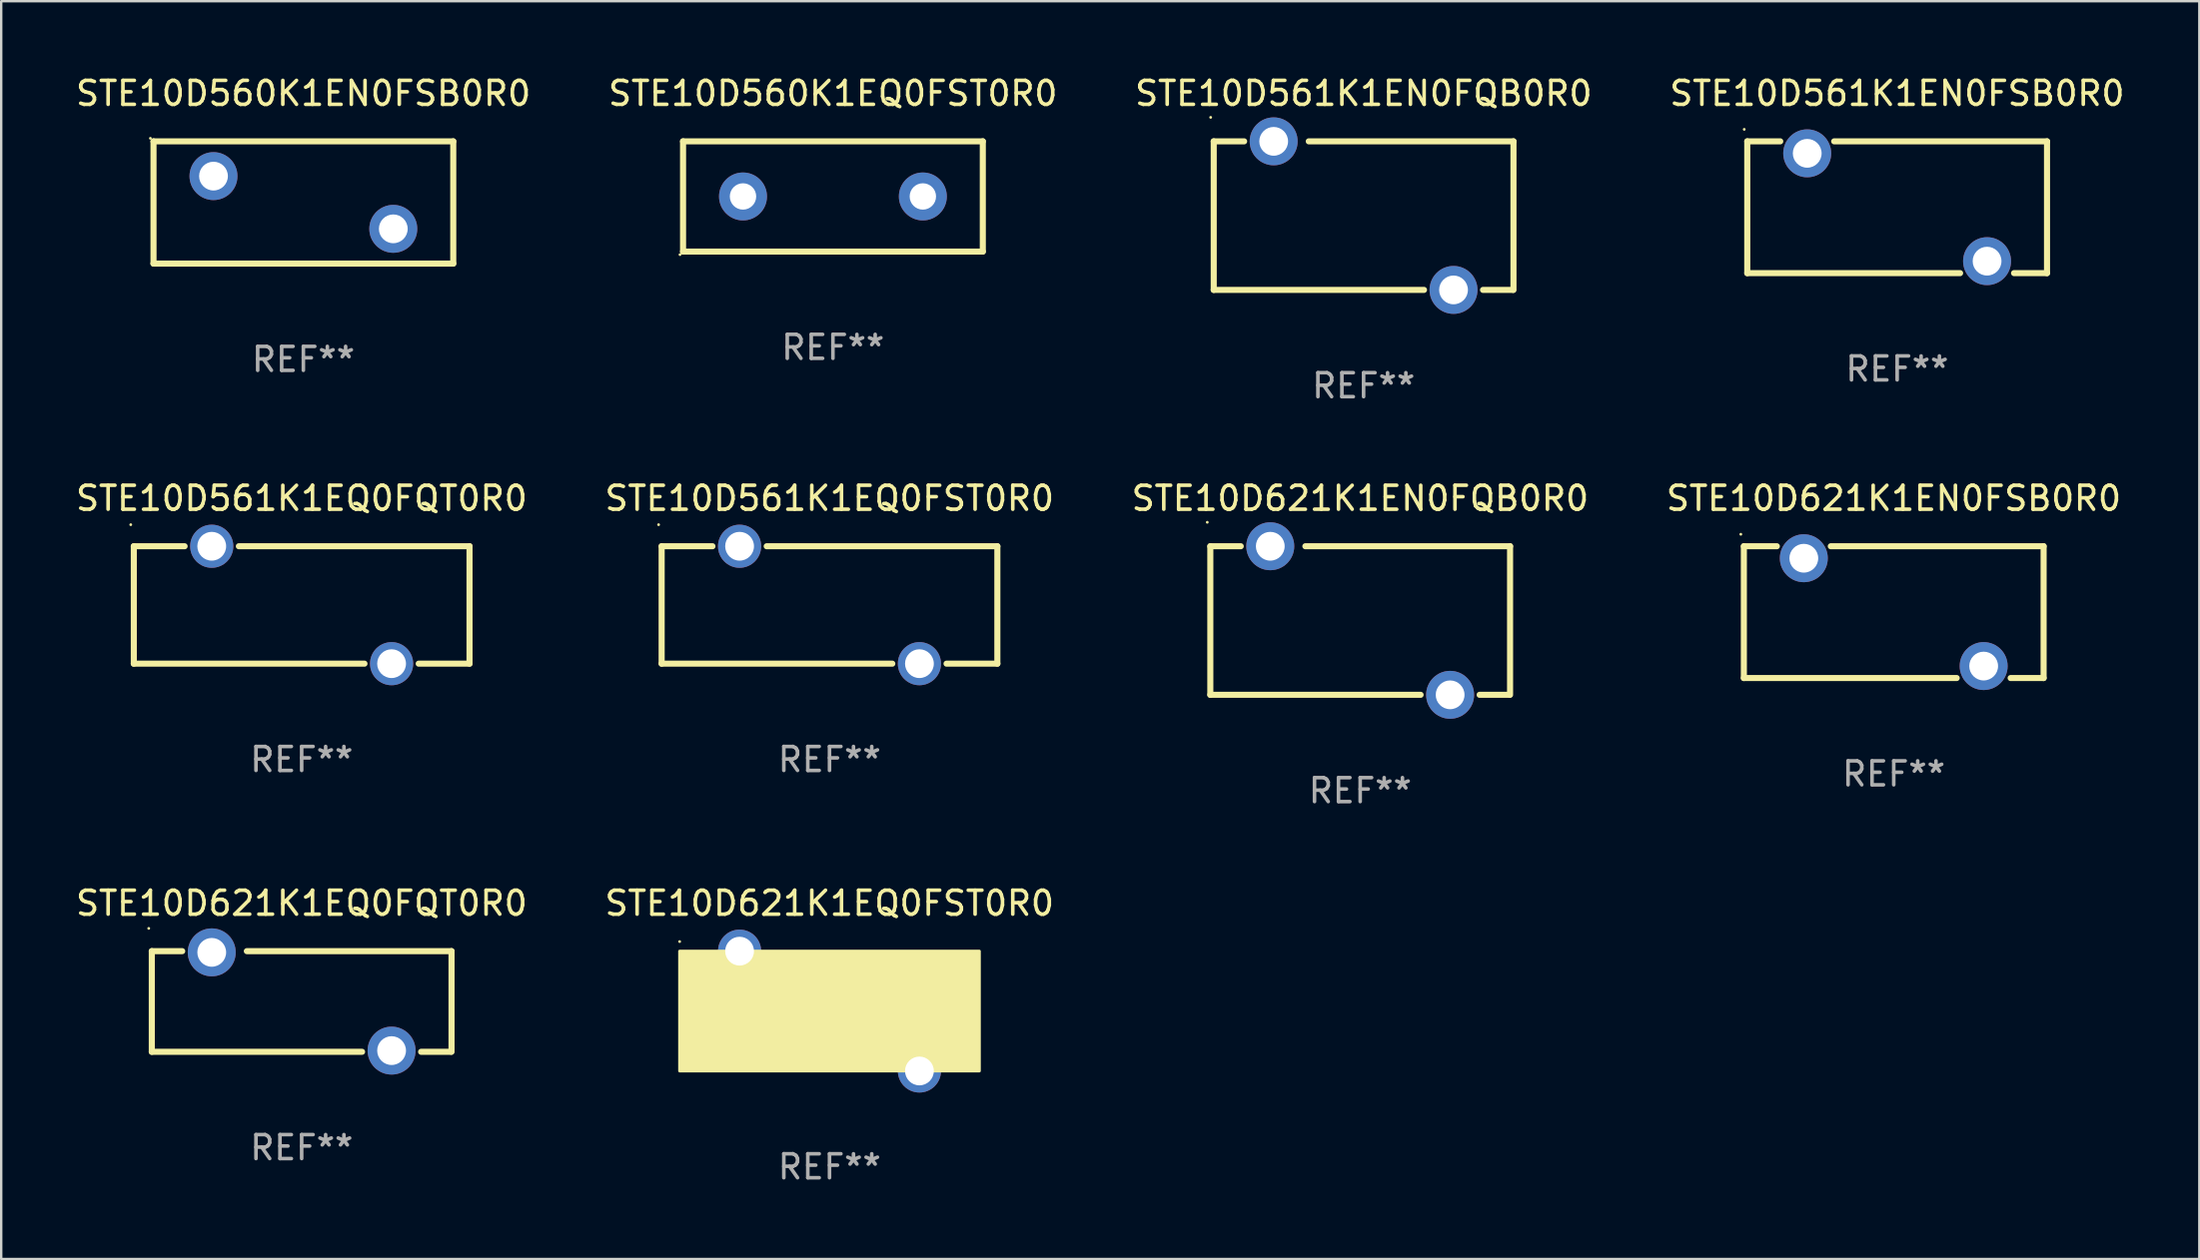
<source format=kicad_pcb>
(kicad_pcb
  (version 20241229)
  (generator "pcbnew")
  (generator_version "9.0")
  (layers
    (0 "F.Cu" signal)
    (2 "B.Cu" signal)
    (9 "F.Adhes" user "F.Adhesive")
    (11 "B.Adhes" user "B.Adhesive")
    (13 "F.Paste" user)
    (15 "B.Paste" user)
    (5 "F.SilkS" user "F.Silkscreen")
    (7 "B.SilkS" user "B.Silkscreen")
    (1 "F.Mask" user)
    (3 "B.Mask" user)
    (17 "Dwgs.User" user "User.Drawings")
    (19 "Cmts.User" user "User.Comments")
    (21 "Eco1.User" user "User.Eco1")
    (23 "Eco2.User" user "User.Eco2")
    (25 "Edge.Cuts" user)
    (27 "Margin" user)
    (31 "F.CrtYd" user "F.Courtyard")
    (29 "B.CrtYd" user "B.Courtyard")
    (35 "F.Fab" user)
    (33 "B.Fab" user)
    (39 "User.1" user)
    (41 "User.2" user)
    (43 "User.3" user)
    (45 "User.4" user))
  (footprint "STE10D621K1EN0FSB0R0"
    (layer "F.Cu")
    (at 75.923 22.495)
    (property "Reference" "STE10D621K1EN0FSB0R0" (at 0 -4.75 0) (layer "F.SilkS") (effects (font (size 1 1) (thickness 0.15))))
    (attr through_hole)
    (fp_line (start -6.25 -2.75) (end -4.875 -2.75) (stroke (width 0.254) (type solid)) (layer "F.SilkS"))
    (fp_line (start -6.25 2.75) (end -6.25 -2.75) (stroke (width 0.254) (type solid)) (layer "F.SilkS"))
    (fp_line (start -6.25 2.75) (end 2.625 2.75) (stroke (width 0.254) (type solid)) (layer "F.SilkS"))
    (fp_line (start -2.625 -2.75) (end 6.25 -2.75) (stroke (width 0.254) (type solid)) (layer "F.SilkS"))
    (fp_line (start 4.875 2.75) (end 6.25 2.75) (stroke (width 0.254) (type solid)) (layer "F.SilkS"))
    (fp_line (start 6.25 -2.75) (end 6.25 2.75) (stroke (width 0.254) (type solid)) (layer "F.SilkS"))
    (fp_circle (center -6.377 -3.25) (end -6.347 -3.25) (stroke (width 0.06) (type solid)) (fill no) (layer "F.SilkS"))
    (fp_text user "REF**" (at 0 6.75 0) (layer "F.Fab") (effects (font (size 1 1) (thickness 0.15))))
    (pad "1" thru_hole circle (at -3.75 -2.25) (size 2 2) (drill 1.2) (layers "*.Cu" "*.Mask"))
    (pad "2" thru_hole circle (at 3.75 2.25) (size 2 2) (drill 1.2) (layers "*.Cu" "*.Mask")))
  (footprint "STE10D561K1EQ0FST0R0"
    (layer "F.Cu")
    (at 31.542 22.195)
    (property "Reference" "STE10D561K1EQ0FST0R0" (at 0 -4.45 0) (layer "F.SilkS") (effects (font (size 1 1) (thickness 0.15))))
    (attr through_hole)
    (fp_line (start -7 -2.45) (end -4.881 -2.45) (stroke (width 0.254) (type solid)) (layer "F.SilkS"))
    (fp_line (start -7 2.45) (end -7 -2.45) (stroke (width 0.254) (type solid)) (layer "F.SilkS"))
    (fp_line (start -7 2.45) (end 2.619 2.45) (stroke (width 0.254) (type solid)) (layer "F.SilkS"))
    (fp_line (start -2.619 -2.45) (end 7 -2.45) (stroke (width 0.254) (type solid)) (layer "F.SilkS"))
    (fp_line (start 4.881 2.45) (end 7 2.45) (stroke (width 0.254) (type solid)) (layer "F.SilkS"))
    (fp_line (start 7 -2.45) (end 7 2.45) (stroke (width 0.254) (type solid)) (layer "F.SilkS"))
    (fp_circle (center -7.127 -3.35) (end -7.097 -3.35) (stroke (width 0.06) (type solid)) (fill no) (layer "F.SilkS"))
    (fp_text user "REF**" (at 0 6.45 0) (layer "F.Fab") (effects (font (size 1 1) (thickness 0.15))))
    (pad "1" thru_hole circle (at -3.75 -2.45) (size 1.8 1.8) (drill 1.2) (layers "*.Cu" "*.Mask"))
    (pad "2" thru_hole circle (at 3.75 2.45) (size 1.8 1.8) (drill 1.2) (layers "*.Cu" "*.Mask")))
  (footprint "STE10D561K1EN0FSB0R0"
    (layer "F.Cu")
    (at 76.065 5.598)
    (property "Reference" "STE10D561K1EN0FSB0R0" (at 0 -4.75 0) (layer "F.SilkS") (effects (font (size 1 1) (thickness 0.15))))
    (attr through_hole)
    (fp_line (start -6.25 -2.75) (end -4.875 -2.75) (stroke (width 0.254) (type solid)) (layer "F.SilkS"))
    (fp_line (start -6.25 2.75) (end -6.25 -2.75) (stroke (width 0.254) (type solid)) (layer "F.SilkS"))
    (fp_line (start -6.25 2.75) (end 2.625 2.75) (stroke (width 0.254) (type solid)) (layer "F.SilkS"))
    (fp_line (start -2.625 -2.75) (end 6.25 -2.75) (stroke (width 0.254) (type solid)) (layer "F.SilkS"))
    (fp_line (start 4.875 2.75) (end 6.25 2.75) (stroke (width 0.254) (type solid)) (layer "F.SilkS"))
    (fp_line (start 6.25 -2.75) (end 6.25 2.75) (stroke (width 0.254) (type solid)) (layer "F.SilkS"))
    (fp_circle (center -6.377 -3.25) (end -6.347 -3.25) (stroke (width 0.06) (type solid)) (fill no) (layer "F.SilkS"))
    (fp_text user "REF**" (at 0 6.75 0) (layer "F.Fab") (effects (font (size 1 1) (thickness 0.15))))
    (pad "1" thru_hole circle (at -3.75 -2.25) (size 2 2) (drill 1.2) (layers "*.Cu" "*.Mask"))
    (pad "2" thru_hole circle (at 3.75 2.25) (size 2 2) (drill 1.2) (layers "*.Cu" "*.Mask")))
  (footprint "STE10D560K1EQ0FST0R0"
    (layer "F.Cu")
    (at 31.685 5.148)
    (property "Reference" "STE10D560K1EQ0FST0R0" (at 0 -4.3 0) (layer "F.SilkS") (effects (font (size 1 1) (thickness 0.15))))
    (attr through_hole)
    (fp_line (start -6.25 -2.3) (end -6.25 2.3) (stroke (width 0.254) (type solid)) (layer "F.SilkS"))
    (fp_line (start -6.25 -2.3) (end 6.25 -2.3) (stroke (width 0.254) (type solid)) (layer "F.SilkS"))
    (fp_line (start -6.25 2.3) (end 6.25 2.3) (stroke (width 0.254) (type solid)) (layer "F.SilkS"))
    (fp_line (start 6.25 -2.3) (end 6.25 2.3) (stroke (width 0.254) (type solid)) (layer "F.SilkS"))
    (fp_circle (center -6.377 2.427) (end -6.347 2.427) (stroke (width 0.06) (type solid)) (fill no) (layer "F.SilkS"))
    (fp_text user "REF**" (at 0 6.3 0) (layer "F.Fab") (effects (font (size 1 1) (thickness 0.15))))
    (pad "1" thru_hole circle (at -3.75 0.000013) (size 2 2) (drill 1.1) (layers "*.Cu" "*.Mask"))
    (pad "2" thru_hole circle (at 3.75 0.000013) (size 2 2) (drill 1.1) (layers "*.Cu" "*.Mask")))
  (footprint "STE10D560K1EN0FSB0R0"
    (layer "F.Cu")
    (at 9.601 5.399)
    (property "Reference" "STE10D560K1EN0FSB0R0" (at 0 -4.55 0) (layer "F.SilkS") (effects (font (size 1 1) (thickness 0.15))))
    (attr through_hole)
    (fp_line (start -6.249 -2.55) (end 6.251 -2.55) (stroke (width 0.254) (type solid)) (layer "F.SilkS"))
    (fp_line (start -6.249 2.55) (end -6.249 -2.55) (stroke (width 0.254) (type solid)) (layer "F.SilkS"))
    (fp_line (start 6.251 -2.55) (end 6.251 2.55) (stroke (width 0.254) (type solid)) (layer "F.SilkS"))
    (fp_line (start 6.251 2.55) (end -6.251 2.55) (stroke (width 0.254) (type solid)) (layer "F.SilkS"))
    (fp_circle (center -6.378 -2.677) (end -6.348 -2.677) (stroke (width 0.06) (type solid)) (fill no) (layer "F.SilkS"))
    (fp_text user "REF**" (at 0 6.55 0) (layer "F.Fab") (effects (font (size 1 1) (thickness 0.15))))
    (pad "1" thru_hole circle (at -3.748 -1.1) (size 2 2) (drill 1.2) (layers "*.Cu" "*.Mask"))
    (pad "2" thru_hole circle (at 3.75 1.1) (size 2 2) (drill 1.2) (layers "*.Cu" "*.Mask")))
  (footprint "STE10D561K1EQ0FQT0R0"
    (layer "F.Cu")
    (at 9.53 22.195)
    (property "Reference" "STE10D561K1EQ0FQT0R0" (at 0 -4.45 0) (layer "F.SilkS") (effects (font (size 1 1) (thickness 0.15))))
    (attr through_hole)
    (fp_line (start -7 -2.45) (end -4.881 -2.45) (stroke (width 0.254) (type solid)) (layer "F.SilkS"))
    (fp_line (start -7 2.45) (end -7 -2.45) (stroke (width 0.254) (type solid)) (layer "F.SilkS"))
    (fp_line (start -7 2.45) (end 2.619 2.45) (stroke (width 0.254) (type solid)) (layer "F.SilkS"))
    (fp_line (start -2.619 -2.45) (end 7 -2.45) (stroke (width 0.254) (type solid)) (layer "F.SilkS"))
    (fp_line (start 4.881 2.45) (end 7 2.45) (stroke (width 0.254) (type solid)) (layer "F.SilkS"))
    (fp_line (start 7 -2.45) (end 7 2.45) (stroke (width 0.254) (type solid)) (layer "F.SilkS"))
    (fp_circle (center -7.127 -3.35) (end -7.097 -3.35) (stroke (width 0.06) (type solid)) (fill no) (layer "F.SilkS"))
    (fp_text user "REF**" (at 0 6.45 0) (layer "F.Fab") (effects (font (size 1 1) (thickness 0.15))))
    (pad "1" thru_hole circle (at -3.75 -2.45) (size 1.8 1.8) (drill 1.2) (layers "*.Cu" "*.Mask"))
    (pad "2" thru_hole circle (at 3.75 2.45) (size 1.8 1.8) (drill 1.2) (layers "*.Cu" "*.Mask")))
  (footprint "STE10D621K1EN0FQB0R0"
    (layer "F.Cu")
    (at 53.673 22.845)
    (property "Reference" "STE10D621K1EN0FQB0R0" (at 0 -5.1 0) (layer "F.SilkS") (effects (font (size 1 1) (thickness 0.15))))
    (attr through_hole)
    (fp_line (start -6.25 -3.1) (end -6.25 3.1) (stroke (width 0.254) (type solid)) (layer "F.SilkS"))
    (fp_line (start -6.25 -3.1) (end -4.981 -3.1) (stroke (width 0.254) (type solid)) (layer "F.SilkS"))
    (fp_line (start -6.25 3.1) (end 2.519 3.1) (stroke (width 0.254) (type solid)) (layer "F.SilkS"))
    (fp_line (start 4.981 3.1) (end 6.223 3.1) (stroke (width 0.254) (type solid)) (layer "F.SilkS"))
    (fp_line (start 6.25 -3.1) (end -2.286 -3.1) (stroke (width 0.254) (type solid)) (layer "F.SilkS"))
    (fp_line (start 6.25 -3.1) (end 6.25 3.1) (stroke (width 0.254) (type solid)) (layer "F.SilkS"))
    (fp_circle (center -6.377 -4.1) (end -6.347 -4.1) (stroke (width 0.06) (type solid)) (fill no) (layer "F.SilkS"))
    (fp_text user "REF**" (at 0 7.1 0) (layer "F.Fab") (effects (font (size 1 1) (thickness 0.15))))
    (pad "1" thru_hole circle (at -3.75 -3.1) (size 2 2) (drill 1.2) (layers "*.Cu" "*.Mask"))
    (pad "2" thru_hole circle (at 3.75 3.1) (size 2 2) (drill 1.2) (layers "*.Cu" "*.Mask")))
  (footprint "STE10D621K1EQ0FQT0R0"
    (layer "F.Cu")
    (at 9.53 38.742)
    (property "Reference" "STE10D621K1EQ0FQT0R0" (at 0 -4.1 0) (layer "F.SilkS") (effects (font (size 1 1) (thickness 0.15))))
    (attr through_hole)
    (fp_line (start -6.25 -2.1) (end -6.25 2.1) (stroke (width 0.254) (type solid)) (layer "F.SilkS"))
    (fp_line (start -6.25 -2.1) (end -4.981 -2.1) (stroke (width 0.254) (type solid)) (layer "F.SilkS"))
    (fp_line (start -6.25 2.1) (end 2.519 2.1) (stroke (width 0.254) (type solid)) (layer "F.SilkS"))
    (fp_line (start 4.981 2.1) (end 6.223 2.1) (stroke (width 0.254) (type solid)) (layer "F.SilkS"))
    (fp_line (start 6.25 -2.1) (end -2.286 -2.1) (stroke (width 0.254) (type solid)) (layer "F.SilkS"))
    (fp_line (start 6.25 -2.1) (end 6.25 2.1) (stroke (width 0.254) (type solid)) (layer "F.SilkS"))
    (fp_circle (center -6.377 -3.05) (end -6.347 -3.05) (stroke (width 0.06) (type solid)) (fill no) (layer "F.SilkS"))
    (fp_text user "REF**" (at 0 6.1 0) (layer "F.Fab") (effects (font (size 1 1) (thickness 0.15))))
    (pad "1" thru_hole circle (at -3.75 -2.05) (size 2 2) (drill 1.2) (layers "*.Cu" "*.Mask"))
    (pad "2" thru_hole circle (at 3.75 2.05) (size 2 2) (drill 1.2) (layers "*.Cu" "*.Mask")))
  (footprint "STE10D621K1EQ0FST0R0"
    (layer "F.Cu")
    (at 31.542 39.142)
    (property "Reference" "STE10D621K1EQ0FST0R0" (at 0 -4.5 0) (layer "F.SilkS") (effects (font (size 1 1) (thickness 0.15))))
    (attr through_hole)
    (fp_circle (center -6.25 -2.9) (end -6.22 -2.9) (stroke (width 0.06) (type solid)) (fill no) (layer "F.SilkS"))
    (fp_poly (pts (xy -6.25 -2.5) (xy 6.25 -2.5) (xy 6.25 2.5) (xy -6.25 2.5)) (stroke (width 0.12) (type solid)) (fill yes) (layer "F.SilkS"))
    (fp_text user "REF**" (at 0 6.5 0) (layer "F.Fab") (effects (font (size 1 1) (thickness 0.15))))
    (pad "1" thru_hole circle (at -3.75 -2.5) (size 1.8 1.8) (drill 1.2) (layers "*.Cu" "*.Mask"))
    (pad "2" thru_hole circle (at 3.75 2.5) (size 1.8 1.8) (drill 1.2) (layers "*.Cu" "*.Mask")))
  (footprint "STE10D561K1EN0FQB0R0"
    (layer "F.Cu")
    (at 53.815 5.948)
    (property "Reference" "STE10D561K1EN0FQB0R0" (at 0 -5.1 0) (layer "F.SilkS") (effects (font (size 1 1) (thickness 0.15))))
    (attr through_hole)
    (fp_line (start -6.25 -3.1) (end -6.25 3.1) (stroke (width 0.254) (type solid)) (layer "F.SilkS"))
    (fp_line (start -6.25 -3.1) (end -4.981 -3.1) (stroke (width 0.254) (type solid)) (layer "F.SilkS"))
    (fp_line (start -6.25 3.1) (end 2.519 3.1) (stroke (width 0.254) (type solid)) (layer "F.SilkS"))
    (fp_line (start 4.981 3.1) (end 6.223 3.1) (stroke (width 0.254) (type solid)) (layer "F.SilkS"))
    (fp_line (start 6.25 -3.1) (end -2.286 -3.1) (stroke (width 0.254) (type solid)) (layer "F.SilkS"))
    (fp_line (start 6.25 -3.1) (end 6.25 3.1) (stroke (width 0.254) (type solid)) (layer "F.SilkS"))
    (fp_circle (center -6.377 -4.1) (end -6.347 -4.1) (stroke (width 0.06) (type solid)) (fill no) (layer "F.SilkS"))
    (fp_text user "REF**" (at 0 7.1 0) (layer "F.Fab") (effects (font (size 1 1) (thickness 0.15))))
    (pad "1" thru_hole circle (at -3.75 -3.1) (size 2 2) (drill 1.2) (layers "*.Cu" "*.Mask"))
    (pad "2" thru_hole circle (at 3.75 3.1) (size 2 2) (drill 1.2) (layers "*.Cu" "*.Mask")))
  (gr_rect
    (start -3 -3)
    (end 88.667 49.49)
    (stroke (width 0.1) (type default))
    (fill no)
    (layer "Edge.Cuts")))
</source>
